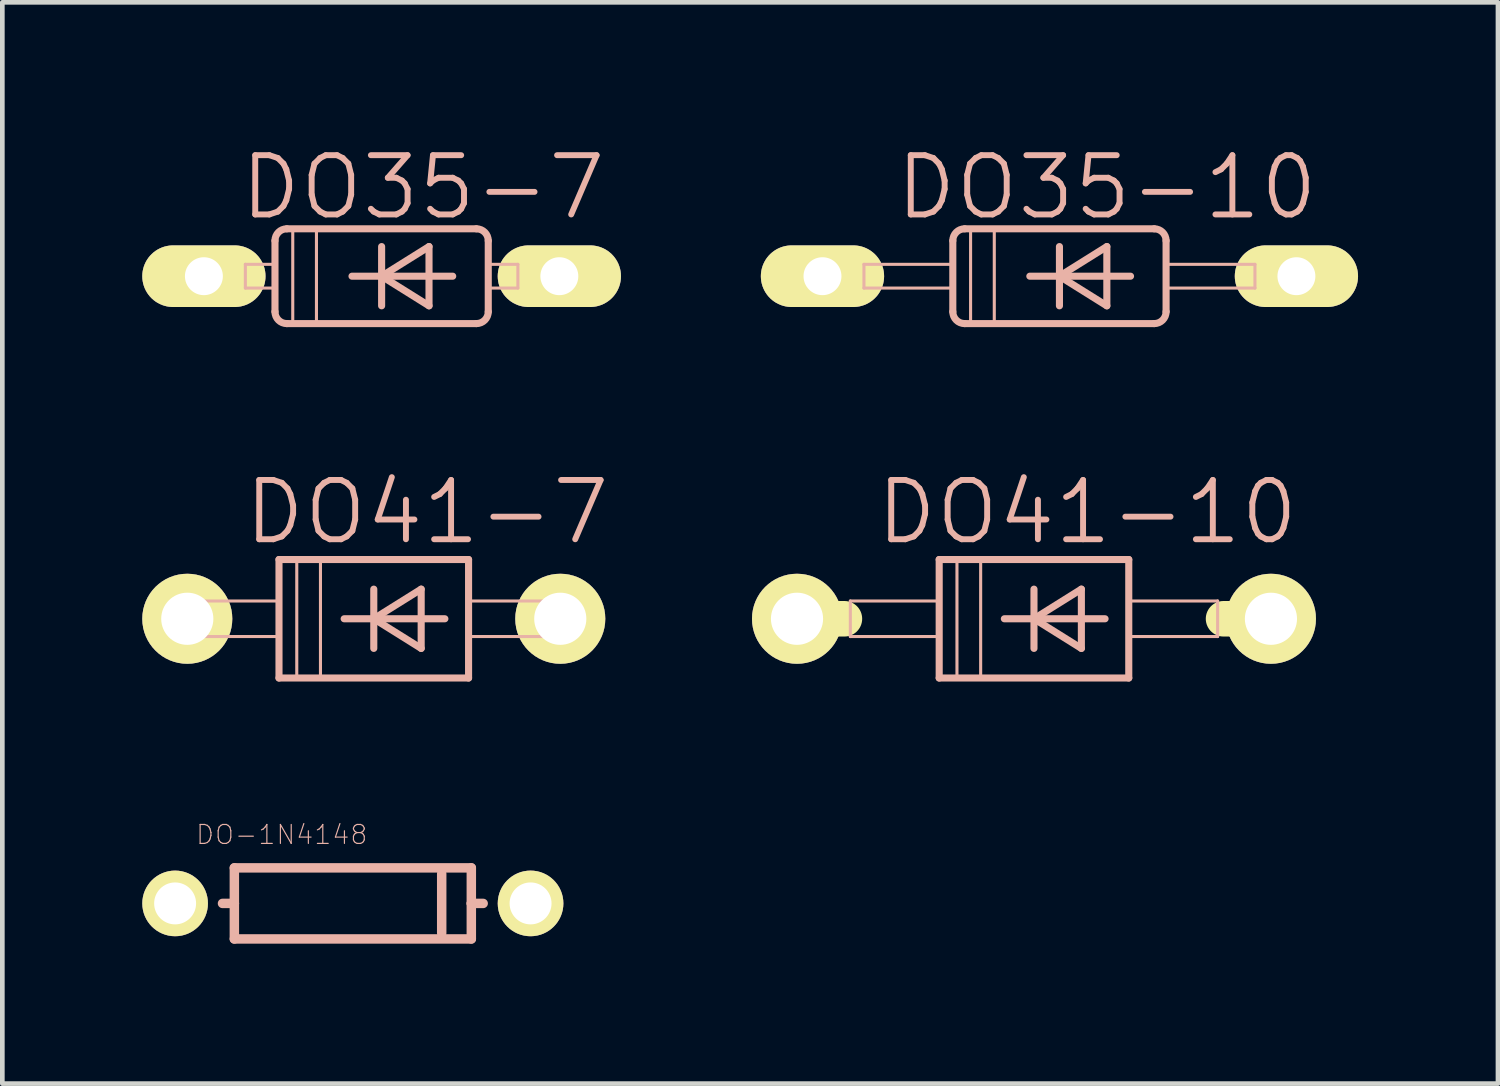
<source format=kicad_pcb>
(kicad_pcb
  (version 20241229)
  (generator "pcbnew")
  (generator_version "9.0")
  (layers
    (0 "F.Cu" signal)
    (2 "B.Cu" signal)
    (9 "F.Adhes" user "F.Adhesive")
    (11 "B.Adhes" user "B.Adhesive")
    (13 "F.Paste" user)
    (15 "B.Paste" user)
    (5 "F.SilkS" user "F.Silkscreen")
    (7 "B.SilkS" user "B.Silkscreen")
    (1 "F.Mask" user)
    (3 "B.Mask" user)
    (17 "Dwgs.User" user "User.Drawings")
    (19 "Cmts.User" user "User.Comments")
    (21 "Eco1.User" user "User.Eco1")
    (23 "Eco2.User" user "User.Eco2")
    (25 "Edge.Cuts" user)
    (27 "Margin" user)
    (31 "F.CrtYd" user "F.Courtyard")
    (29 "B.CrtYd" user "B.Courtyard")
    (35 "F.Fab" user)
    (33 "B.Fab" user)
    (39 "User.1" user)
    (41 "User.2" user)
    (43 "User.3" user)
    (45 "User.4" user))
  (footprint "DO41-7"
    (layer "F.Cu")
    (at 4.963 10.215)
    (property "Reference" "DO41-7" (at 1.143 -2.286 0) (layer "B.SilkS") (effects (font (size 1.27 1.27) (thickness 0.127))))
    (attr exclude_from_pos_files exclude_from_bom)
    (fp_line (start -3.937 -0.381) (end -2.032 -0.381) (stroke (width 0.066) (type solid)) (layer "B.SilkS"))
    (fp_line (start -3.937 0.381) (end -3.937 -0.381) (stroke (width 0.066) (type solid)) (layer "B.SilkS"))
    (fp_line (start -3.937 0.381) (end -2.032 0.381) (stroke (width 0.066) (type solid)) (layer "B.SilkS"))
    (fp_line (start -2.032 -1.27) (end -2.032 1.27) (stroke (width 0.152) (type solid)) (layer "B.SilkS"))
    (fp_line (start -2.032 -1.27) (end 2.032 -1.27) (stroke (width 0.152) (type solid)) (layer "B.SilkS"))
    (fp_line (start -2.032 0.381) (end -2.032 -0.381) (stroke (width 0.066) (type solid)) (layer "B.SilkS"))
    (fp_line (start -1.651 -1.27) (end -1.143 -1.27) (stroke (width 0.066) (type solid)) (layer "B.SilkS"))
    (fp_line (start -1.651 1.27) (end -1.651 -1.27) (stroke (width 0.066) (type solid)) (layer "B.SilkS"))
    (fp_line (start -1.651 1.27) (end -1.143 1.27) (stroke (width 0.066) (type solid)) (layer "B.SilkS"))
    (fp_line (start -1.143 1.27) (end -1.143 -1.27) (stroke (width 0.066) (type solid)) (layer "B.SilkS"))
    (fp_line (start -0.635 0) (end 0 0) (stroke (width 0.152) (type solid)) (layer "B.SilkS"))
    (fp_line (start 0 -0.635) (end 0 0) (stroke (width 0.152) (type solid)) (layer "B.SilkS"))
    (fp_line (start 0 0) (end 0 0.635) (stroke (width 0.152) (type solid)) (layer "B.SilkS"))
    (fp_line (start 0 0) (end 1.016 -0.635) (stroke (width 0.152) (type solid)) (layer "B.SilkS"))
    (fp_line (start 0 0) (end 1.524 0) (stroke (width 0.152) (type solid)) (layer "B.SilkS"))
    (fp_line (start 1.016 -0.635) (end 1.016 0.635) (stroke (width 0.152) (type solid)) (layer "B.SilkS"))
    (fp_line (start 1.016 0.635) (end 0 0) (stroke (width 0.152) (type solid)) (layer "B.SilkS"))
    (fp_line (start 2.032 -0.381) (end 3.937 -0.381) (stroke (width 0.066) (type solid)) (layer "B.SilkS"))
    (fp_line (start 2.032 0.381) (end 2.032 -0.381) (stroke (width 0.066) (type solid)) (layer "B.SilkS"))
    (fp_line (start 2.032 0.381) (end 3.937 0.381) (stroke (width 0.066) (type solid)) (layer "B.SilkS"))
    (fp_line (start 2.032 1.27) (end -2.032 1.27) (stroke (width 0.152) (type solid)) (layer "B.SilkS"))
    (fp_line (start 2.032 1.27) (end 2.032 -1.27) (stroke (width 0.152) (type solid)) (layer "B.SilkS"))
    (fp_line (start 3.937 0.381) (end 3.937 -0.381) (stroke (width 0.066) (type solid)) (layer "B.SilkS"))
    (pad "A" thru_hole circle (at 3.998 0) (size 1.93 1.93) (drill 1.118) (layers "*.Cu" "F.Mask" "F.SilkS" "F.Paste"))
    (pad "C" thru_hole circle (at -3.998 0) (size 1.93 1.93) (drill 1.118) (layers "*.Cu" "F.Mask" "F.SilkS" "F.Paste")))
  (footprint "DO41-10"
    (layer "F.Cu")
    (at 19.116 10.215)
    (property "Reference" "DO41-10" (at 1.143 -2.286 0) (layer "B.SilkS") (effects (font (size 1.27 1.27) (thickness 0.127))))
    (attr exclude_from_pos_files exclude_from_bom)
    (fp_line (start -5.08 0) (end -4.064 0) (stroke (width 0.762) (type solid)) (layer "F.SilkS"))
    (fp_line (start 5.08 0) (end 4.064 0) (stroke (width 0.762) (type solid)) (layer "F.SilkS"))
    (fp_line (start -3.937 -0.381) (end -2.032 -0.381) (stroke (width 0.066) (type solid)) (layer "B.SilkS"))
    (fp_line (start -3.937 0.381) (end -3.937 -0.381) (stroke (width 0.066) (type solid)) (layer "B.SilkS"))
    (fp_line (start -3.937 0.381) (end -2.032 0.381) (stroke (width 0.066) (type solid)) (layer "B.SilkS"))
    (fp_line (start -2.032 -1.27) (end -2.032 1.27) (stroke (width 0.152) (type solid)) (layer "B.SilkS"))
    (fp_line (start -2.032 -1.27) (end 2.032 -1.27) (stroke (width 0.152) (type solid)) (layer "B.SilkS"))
    (fp_line (start -2.032 0.381) (end -2.032 -0.381) (stroke (width 0.066) (type solid)) (layer "B.SilkS"))
    (fp_line (start -1.651 -1.27) (end -1.143 -1.27) (stroke (width 0.066) (type solid)) (layer "B.SilkS"))
    (fp_line (start -1.651 1.27) (end -1.651 -1.27) (stroke (width 0.066) (type solid)) (layer "B.SilkS"))
    (fp_line (start -1.651 1.27) (end -1.143 1.27) (stroke (width 0.066) (type solid)) (layer "B.SilkS"))
    (fp_line (start -1.143 1.27) (end -1.143 -1.27) (stroke (width 0.066) (type solid)) (layer "B.SilkS"))
    (fp_line (start -0.635 0) (end 0 0) (stroke (width 0.152) (type solid)) (layer "B.SilkS"))
    (fp_line (start 0 -0.635) (end 0 0) (stroke (width 0.152) (type solid)) (layer "B.SilkS"))
    (fp_line (start 0 0) (end 0 0.635) (stroke (width 0.152) (type solid)) (layer "B.SilkS"))
    (fp_line (start 0 0) (end 1.016 -0.635) (stroke (width 0.152) (type solid)) (layer "B.SilkS"))
    (fp_line (start 0 0) (end 1.524 0) (stroke (width 0.152) (type solid)) (layer "B.SilkS"))
    (fp_line (start 1.016 -0.635) (end 1.016 0.635) (stroke (width 0.152) (type solid)) (layer "B.SilkS"))
    (fp_line (start 1.016 0.635) (end 0 0) (stroke (width 0.152) (type solid)) (layer "B.SilkS"))
    (fp_line (start 2.032 -0.381) (end 3.937 -0.381) (stroke (width 0.066) (type solid)) (layer "B.SilkS"))
    (fp_line (start 2.032 0.381) (end 2.032 -0.381) (stroke (width 0.066) (type solid)) (layer "B.SilkS"))
    (fp_line (start 2.032 0.381) (end 3.937 0.381) (stroke (width 0.066) (type solid)) (layer "B.SilkS"))
    (fp_line (start 2.032 1.27) (end -2.032 1.27) (stroke (width 0.152) (type solid)) (layer "B.SilkS"))
    (fp_line (start 2.032 1.27) (end 2.032 -1.27) (stroke (width 0.152) (type solid)) (layer "B.SilkS"))
    (fp_line (start 3.937 0.381) (end 3.937 -0.381) (stroke (width 0.066) (type solid)) (layer "B.SilkS"))
    (pad "A" thru_hole circle (at 5.08 0) (size 1.93 1.93) (drill 1.118) (layers "*.Cu" "F.Mask" "F.SilkS" "F.Paste"))
    (pad "C" thru_hole circle (at -5.08 0) (size 1.93 1.93) (drill 1.118) (layers "*.Cu" "F.Mask" "F.SilkS" "F.Paste")))
  (footprint "DO-1N4148"
    (layer "F.Cu")
    (at 4.514 16.317)
    (property "Reference" "DO-1N4148" (at -1.524 -1.473 0) (layer "B.SilkS") (effects (font (size 0.406 0.406) (thickness 0.025))))
    (attr exclude_from_pos_files exclude_from_bom)
    (fp_line (start -2.54 -0.762) (end 2.54 -0.762) (stroke (width 0.203) (type solid)) (layer "B.SilkS"))
    (fp_line (start -2.54 0) (end -2.794 0) (stroke (width 0.203) (type solid)) (layer "B.SilkS"))
    (fp_line (start -2.54 0) (end -2.54 -0.762) (stroke (width 0.203) (type solid)) (layer "B.SilkS"))
    (fp_line (start -2.54 0.762) (end -2.54 0) (stroke (width 0.203) (type solid)) (layer "B.SilkS"))
    (fp_line (start 1.905 -0.635) (end 1.905 0.635) (stroke (width 0.203) (type solid)) (layer "B.SilkS"))
    (fp_line (start 2.54 -0.762) (end 2.54 0) (stroke (width 0.203) (type solid)) (layer "B.SilkS"))
    (fp_line (start 2.54 0) (end 2.54 0.762) (stroke (width 0.203) (type solid)) (layer "B.SilkS"))
    (fp_line (start 2.54 0) (end 2.794 0) (stroke (width 0.203) (type solid)) (layer "B.SilkS"))
    (fp_line (start 2.54 0.762) (end -2.54 0.762) (stroke (width 0.203) (type solid)) (layer "B.SilkS"))
    (pad "A" thru_hole circle (at -3.81 0) (size 1.407 1.407) (drill 0.899) (layers "*.Cu" "F.Mask" "F.SilkS" "F.Paste"))
    (pad "C" thru_hole circle (at 3.81 0) (size 1.407 1.407) (drill 0.899) (layers "*.Cu" "F.Mask" "F.SilkS" "F.Paste")))
  (footprint "DO35-10"
    (layer "F.Cu")
    (at 19.662 2.871)
    (property "Reference" "DO35-10" (at 1.016 -1.905 0) (layer "B.SilkS") (effects (font (size 1.27 1.27) (thickness 0.127))))
    (attr exclude_from_pos_files exclude_from_bom)
    (fp_line (start -5.08 0) (end -4.191 0) (stroke (width 0.508) (type solid)) (layer "F.SilkS"))
    (fp_line (start 5.08 0) (end 4.191 0) (stroke (width 0.508) (type solid)) (layer "F.SilkS"))
    (fp_line (start -4.191 -0.254) (end -2.286 -0.254) (stroke (width 0.066) (type solid)) (layer "B.SilkS"))
    (fp_line (start -4.191 0.254) (end -4.191 -0.254) (stroke (width 0.066) (type solid)) (layer "B.SilkS"))
    (fp_line (start -4.191 0.254) (end -2.286 0.254) (stroke (width 0.066) (type solid)) (layer "B.SilkS"))
    (fp_line (start -2.286 -0.762) (end -2.286 0.762) (stroke (width 0.152) (type solid)) (layer "B.SilkS"))
    (fp_line (start -2.286 0.254) (end -2.286 -0.254) (stroke (width 0.066) (type solid)) (layer "B.SilkS"))
    (fp_line (start -2.032 -1.016) (end 2.032 -1.016) (stroke (width 0.152) (type solid)) (layer "B.SilkS"))
    (fp_line (start -2.032 1.016) (end 2.032 1.016) (stroke (width 0.152) (type solid)) (layer "B.SilkS"))
    (fp_line (start -1.905 -1.016) (end -1.397 -1.016) (stroke (width 0.066) (type solid)) (layer "B.SilkS"))
    (fp_line (start -1.905 1.016) (end -1.905 -1.016) (stroke (width 0.066) (type solid)) (layer "B.SilkS"))
    (fp_line (start -1.905 1.016) (end -1.397 1.016) (stroke (width 0.066) (type solid)) (layer "B.SilkS"))
    (fp_line (start -1.397 1.016) (end -1.397 -1.016) (stroke (width 0.066) (type solid)) (layer "B.SilkS"))
    (fp_line (start -0.635 0) (end 0 0) (stroke (width 0.152) (type solid)) (layer "B.SilkS"))
    (fp_line (start 0 -0.635) (end 0 0) (stroke (width 0.152) (type solid)) (layer "B.SilkS"))
    (fp_line (start 0 0) (end 0 0.635) (stroke (width 0.152) (type solid)) (layer "B.SilkS"))
    (fp_line (start 0 0) (end 1.016 -0.635) (stroke (width 0.152) (type solid)) (layer "B.SilkS"))
    (fp_line (start 0 0) (end 1.524 0) (stroke (width 0.152) (type solid)) (layer "B.SilkS"))
    (fp_line (start 1.016 -0.635) (end 1.016 0.635) (stroke (width 0.152) (type solid)) (layer "B.SilkS"))
    (fp_line (start 1.016 0.635) (end 0 0) (stroke (width 0.152) (type solid)) (layer "B.SilkS"))
    (fp_line (start 2.286 -0.254) (end 4.191 -0.254) (stroke (width 0.066) (type solid)) (layer "B.SilkS"))
    (fp_line (start 2.286 0.254) (end 2.286 -0.254) (stroke (width 0.066) (type solid)) (layer "B.SilkS"))
    (fp_line (start 2.286 0.254) (end 4.191 0.254) (stroke (width 0.066) (type solid)) (layer "B.SilkS"))
    (fp_line (start 2.286 0.762) (end 2.286 -0.762) (stroke (width 0.152) (type solid)) (layer "B.SilkS"))
    (fp_line (start 4.191 0.254) (end 4.191 -0.254) (stroke (width 0.066) (type solid)) (layer "B.SilkS"))
    (fp_arc (start -2.286 -0.762) (mid -2.211605 -0.941605) (end -2.032 -1.016) (stroke (width 0.1524) (type solid)) (layer "B.SilkS"))
    (fp_arc (start -2.032 1.016) (mid -2.211605 0.941605) (end -2.286 0.762) (stroke (width 0.1524) (type solid)) (layer "B.SilkS"))
    (fp_arc (start 2.032 -1.016) (mid 2.211605 -0.941605) (end 2.286 -0.762) (stroke (width 0.1524) (type solid)) (layer "B.SilkS"))
    (fp_arc (start 2.286 0.762) (mid 2.211605 0.941605) (end 2.032 1.016) (stroke (width 0.1524) (type solid)) (layer "B.SilkS"))
    (pad "A" thru_hole oval (at 5.08 0 90) (size 1.321 2.642) (drill 0.813) (layers "*.Cu" "F.Mask" "F.SilkS" "F.Paste"))
    (pad "C" thru_hole oval (at -5.08 0 90) (size 1.321 2.642) (drill 0.813) (layers "*.Cu" "F.Mask" "F.SilkS" "F.Paste")))
  (footprint "DO35-7"
    (layer "F.Cu")
    (at 5.131 2.871)
    (property "Reference" "DO35-7" (at 0.889 -1.905 0) (layer "B.SilkS") (effects (font (size 1.27 1.27) (thickness 0.127))))
    (attr exclude_from_pos_files exclude_from_bom)
    (fp_line (start -3.81 0) (end -2.921 0) (stroke (width 0.508) (type solid)) (layer "F.SilkS"))
    (fp_line (start 3.81 0) (end 2.921 0) (stroke (width 0.508) (type solid)) (layer "F.SilkS"))
    (fp_line (start -2.921 -0.254) (end -2.286 -0.254) (stroke (width 0.066) (type solid)) (layer "B.SilkS"))
    (fp_line (start -2.921 0.254) (end -2.921 -0.254) (stroke (width 0.066) (type solid)) (layer "B.SilkS"))
    (fp_line (start -2.921 0.254) (end -2.286 0.254) (stroke (width 0.066) (type solid)) (layer "B.SilkS"))
    (fp_line (start -2.286 -0.762) (end -2.286 0.762) (stroke (width 0.152) (type solid)) (layer "B.SilkS"))
    (fp_line (start -2.286 0.254) (end -2.286 -0.254) (stroke (width 0.066) (type solid)) (layer "B.SilkS"))
    (fp_line (start -2.032 -1.016) (end 2.032 -1.016) (stroke (width 0.152) (type solid)) (layer "B.SilkS"))
    (fp_line (start -2.032 1.016) (end 2.032 1.016) (stroke (width 0.152) (type solid)) (layer "B.SilkS"))
    (fp_line (start -1.905 -1.016) (end -1.397 -1.016) (stroke (width 0.066) (type solid)) (layer "B.SilkS"))
    (fp_line (start -1.905 1.016) (end -1.905 -1.016) (stroke (width 0.066) (type solid)) (layer "B.SilkS"))
    (fp_line (start -1.905 1.016) (end -1.397 1.016) (stroke (width 0.066) (type solid)) (layer "B.SilkS"))
    (fp_line (start -1.397 1.016) (end -1.397 -1.016) (stroke (width 0.066) (type solid)) (layer "B.SilkS"))
    (fp_line (start -0.635 0) (end 0 0) (stroke (width 0.152) (type solid)) (layer "B.SilkS"))
    (fp_line (start 0 -0.635) (end 0 0) (stroke (width 0.152) (type solid)) (layer "B.SilkS"))
    (fp_line (start 0 0) (end 0 0.635) (stroke (width 0.152) (type solid)) (layer "B.SilkS"))
    (fp_line (start 0 0) (end 1.016 -0.635) (stroke (width 0.152) (type solid)) (layer "B.SilkS"))
    (fp_line (start 0 0) (end 1.524 0) (stroke (width 0.152) (type solid)) (layer "B.SilkS"))
    (fp_line (start 1.016 -0.635) (end 1.016 0.635) (stroke (width 0.152) (type solid)) (layer "B.SilkS"))
    (fp_line (start 1.016 0.635) (end 0 0) (stroke (width 0.152) (type solid)) (layer "B.SilkS"))
    (fp_line (start 2.286 -0.762) (end 2.286 0.762) (stroke (width 0.152) (type solid)) (layer "B.SilkS"))
    (fp_line (start 2.286 -0.254) (end 2.921 -0.254) (stroke (width 0.066) (type solid)) (layer "B.SilkS"))
    (fp_line (start 2.286 0.254) (end 2.286 -0.254) (stroke (width 0.066) (type solid)) (layer "B.SilkS"))
    (fp_line (start 2.286 0.254) (end 2.921 0.254) (stroke (width 0.066) (type solid)) (layer "B.SilkS"))
    (fp_line (start 2.921 0.254) (end 2.921 -0.254) (stroke (width 0.066) (type solid)) (layer "B.SilkS"))
    (fp_arc (start -2.286 -0.762) (mid -2.211605 -0.941605) (end -2.032 -1.016) (stroke (width 0.1524) (type solid)) (layer "B.SilkS"))
    (fp_arc (start -2.032 1.016) (mid -2.211605 0.941605) (end -2.286 0.762) (stroke (width 0.1524) (type solid)) (layer "B.SilkS"))
    (fp_arc (start 2.032 -1.016) (mid 2.211605 -0.941605) (end 2.286 -0.762) (stroke (width 0.1524) (type solid)) (layer "B.SilkS"))
    (fp_arc (start 2.286 0.762) (mid 2.211605 0.941605) (end 2.032 1.016) (stroke (width 0.1524) (type solid)) (layer "B.SilkS"))
    (pad "A" thru_hole oval (at 3.81 0 90) (size 1.321 2.642) (drill 0.813) (layers "*.Cu" "F.Mask" "F.SilkS" "F.Paste"))
    (pad "C" thru_hole oval (at -3.81 0 90) (size 1.321 2.642) (drill 0.813) (layers "*.Cu" "F.Mask" "F.SilkS" "F.Paste")))
  (gr_rect
    (start -3 -3)
    (end 29.063 20.18)
    (stroke (width 0.1) (type default))
    (fill no)
    (layer "Edge.Cuts")))
</source>
